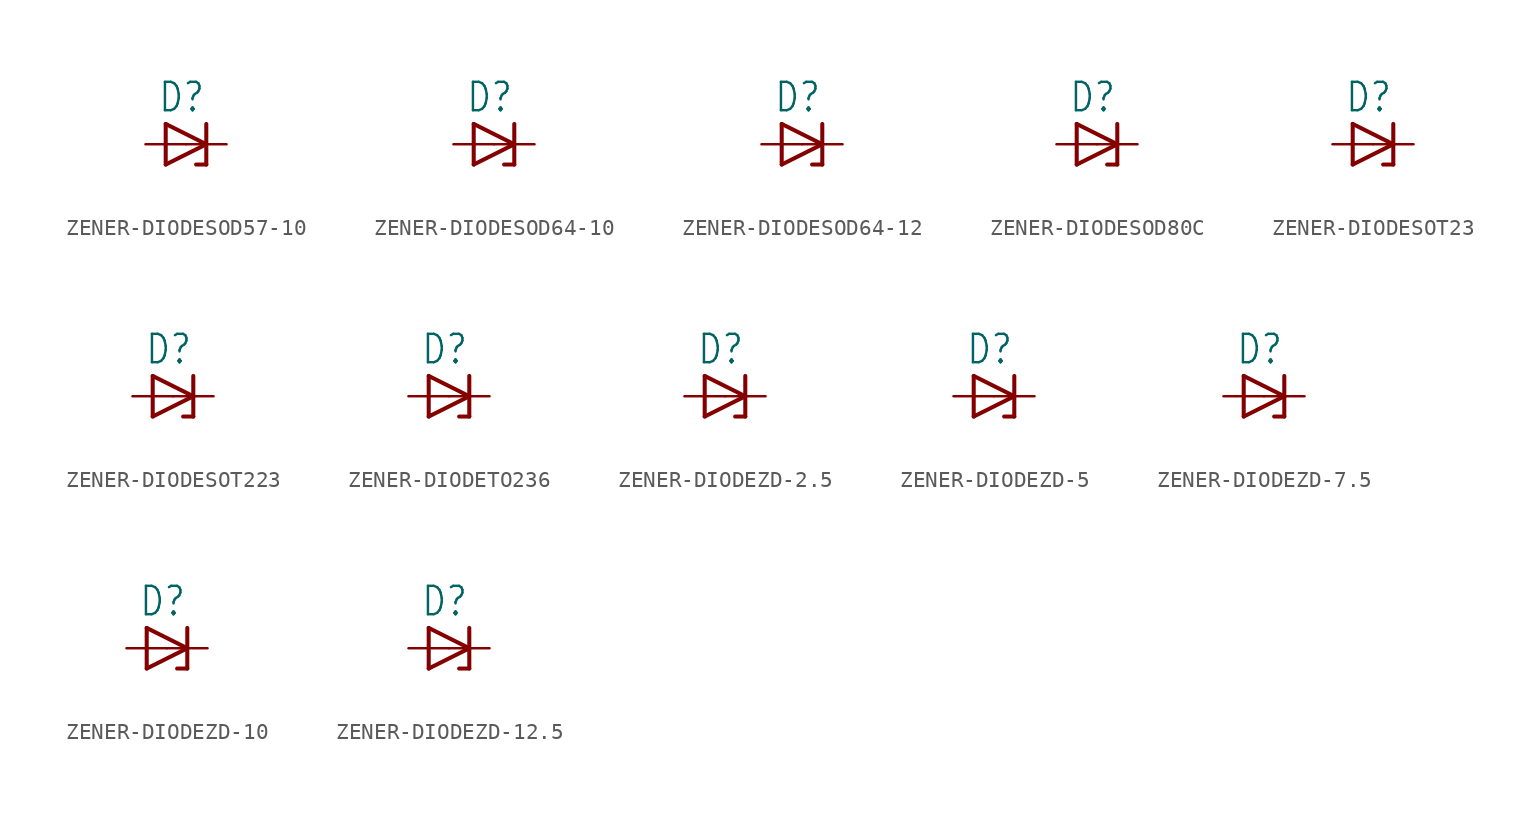
<source format=kicad_sym>
(kicad_symbol_lib
  (version 20241209)
  (generator "kicad_symbol_editor")
  (generator_version "9.0")
  (symbol "ZENER-DIODESOD57-10"
    (property "Reference" "D"
      (at -1.778 1.905 0)
      (effects (font (size 1.778 1.511)) (justify left bottom)))
    (property "Value" ""
      (at -1.778 -3.429 0)
      (effects (font (size 1.778 1.511)) (justify left bottom)))
    (property "ki_locked" ""
      (at 0 0 0)
      (effects (font (size 1.27 1.27))))
    (symbol "ZENER-DIODESOD57-10_1_0"
      (polyline (pts (xy -1.27 1.27) (xy -1.27 -1.27)) (stroke (width 0.254) (type solid)) (fill (type none)))
      (polyline (pts (xy -1.27 -1.27) (xy 1.27 0)) (stroke (width 0.254) (type solid)) (fill (type none)))
      (polyline (pts (xy 1.27 1.27) (xy 1.27 0)) (stroke (width 0.254) (type solid)) (fill (type none)))
      (polyline (pts (xy 1.27 0) (xy -1.27 1.27)) (stroke (width 0.254) (type solid)) (fill (type none)))
      (polyline (pts (xy 1.27 0) (xy 1.27 -1.27)) (stroke (width 0.254) (type solid)) (fill (type none)))
      (polyline (pts (xy 1.27 -1.27) (xy 0.635 -1.27)) (stroke (width 0.254) (type solid)) (fill (type none)))
      (pin passive line (at -2.54 0 0) (length 2.54) (name "A" (effects (font (size 0 0)))) (number "A" (effects (font (size 0 0)))))
      (pin passive line (at 2.54 0 180) (length 2.54) (name "C" (effects (font (size 0 0)))) (number "C" (effects (font (size 0 0)))))))
  (symbol "ZENER-DIODESOD64-10"
    (property "Reference" "D"
      (at -1.778 1.905 0)
      (effects (font (size 1.778 1.511)) (justify left bottom)))
    (property "Value" ""
      (at -1.778 -3.429 0)
      (effects (font (size 1.778 1.511)) (justify left bottom)))
    (property "ki_locked" ""
      (at 0 0 0)
      (effects (font (size 1.27 1.27))))
    (symbol "ZENER-DIODESOD64-10_1_0"
      (polyline (pts (xy -1.27 1.27) (xy -1.27 -1.27)) (stroke (width 0.254) (type solid)) (fill (type none)))
      (polyline (pts (xy -1.27 -1.27) (xy 1.27 0)) (stroke (width 0.254) (type solid)) (fill (type none)))
      (polyline (pts (xy 1.27 1.27) (xy 1.27 0)) (stroke (width 0.254) (type solid)) (fill (type none)))
      (polyline (pts (xy 1.27 0) (xy -1.27 1.27)) (stroke (width 0.254) (type solid)) (fill (type none)))
      (polyline (pts (xy 1.27 0) (xy 1.27 -1.27)) (stroke (width 0.254) (type solid)) (fill (type none)))
      (polyline (pts (xy 1.27 -1.27) (xy 0.635 -1.27)) (stroke (width 0.254) (type solid)) (fill (type none)))
      (pin passive line (at -2.54 0 0) (length 2.54) (name "A" (effects (font (size 0 0)))) (number "A" (effects (font (size 0 0)))))
      (pin passive line (at 2.54 0 180) (length 2.54) (name "C" (effects (font (size 0 0)))) (number "C" (effects (font (size 0 0)))))))
  (symbol "ZENER-DIODESOD64-12"
    (property "Reference" "D"
      (at -1.778 1.905 0)
      (effects (font (size 1.778 1.511)) (justify left bottom)))
    (property "Value" ""
      (at -1.778 -3.429 0)
      (effects (font (size 1.778 1.511)) (justify left bottom)))
    (property "ki_locked" ""
      (at 0 0 0)
      (effects (font (size 1.27 1.27))))
    (symbol "ZENER-DIODESOD64-12_1_0"
      (polyline (pts (xy -1.27 1.27) (xy -1.27 -1.27)) (stroke (width 0.254) (type solid)) (fill (type none)))
      (polyline (pts (xy -1.27 -1.27) (xy 1.27 0)) (stroke (width 0.254) (type solid)) (fill (type none)))
      (polyline (pts (xy 1.27 1.27) (xy 1.27 0)) (stroke (width 0.254) (type solid)) (fill (type none)))
      (polyline (pts (xy 1.27 0) (xy -1.27 1.27)) (stroke (width 0.254) (type solid)) (fill (type none)))
      (polyline (pts (xy 1.27 0) (xy 1.27 -1.27)) (stroke (width 0.254) (type solid)) (fill (type none)))
      (polyline (pts (xy 1.27 -1.27) (xy 0.635 -1.27)) (stroke (width 0.254) (type solid)) (fill (type none)))
      (pin passive line (at -2.54 0 0) (length 2.54) (name "A" (effects (font (size 0 0)))) (number "A" (effects (font (size 0 0)))))
      (pin passive line (at 2.54 0 180) (length 2.54) (name "C" (effects (font (size 0 0)))) (number "C" (effects (font (size 0 0)))))))
  (symbol "ZENER-DIODESOD80C"
    (property "Reference" "D"
      (at -1.778 1.905 0)
      (effects (font (size 1.778 1.511)) (justify left bottom)))
    (property "Value" ""
      (at -1.778 -3.429 0)
      (effects (font (size 1.778 1.511)) (justify left bottom)))
    (property "ki_locked" ""
      (at 0 0 0)
      (effects (font (size 1.27 1.27))))
    (symbol "ZENER-DIODESOD80C_1_0"
      (polyline (pts (xy -1.27 1.27) (xy -1.27 -1.27)) (stroke (width 0.254) (type solid)) (fill (type none)))
      (polyline (pts (xy -1.27 -1.27) (xy 1.27 0)) (stroke (width 0.254) (type solid)) (fill (type none)))
      (polyline (pts (xy 1.27 1.27) (xy 1.27 0)) (stroke (width 0.254) (type solid)) (fill (type none)))
      (polyline (pts (xy 1.27 0) (xy -1.27 1.27)) (stroke (width 0.254) (type solid)) (fill (type none)))
      (polyline (pts (xy 1.27 0) (xy 1.27 -1.27)) (stroke (width 0.254) (type solid)) (fill (type none)))
      (polyline (pts (xy 1.27 -1.27) (xy 0.635 -1.27)) (stroke (width 0.254) (type solid)) (fill (type none)))
      (pin passive line (at -2.54 0 0) (length 2.54) (name "A" (effects (font (size 0 0)))) (number "A" (effects (font (size 0 0)))))
      (pin passive line (at 2.54 0 180) (length 2.54) (name "C" (effects (font (size 0 0)))) (number "C" (effects (font (size 0 0)))))))
  (symbol "ZENER-DIODESOT23"
    (property "Reference" "D"
      (at -1.778 1.905 0)
      (effects (font (size 1.778 1.511)) (justify left bottom)))
    (property "Value" ""
      (at -1.778 -3.429 0)
      (effects (font (size 1.778 1.511)) (justify left bottom)))
    (property "ki_locked" ""
      (at 0 0 0)
      (effects (font (size 1.27 1.27))))
    (symbol "ZENER-DIODESOT23_1_0"
      (polyline (pts (xy -1.27 1.27) (xy -1.27 -1.27)) (stroke (width 0.254) (type solid)) (fill (type none)))
      (polyline (pts (xy -1.27 -1.27) (xy 1.27 0)) (stroke (width 0.254) (type solid)) (fill (type none)))
      (polyline (pts (xy 1.27 1.27) (xy 1.27 0)) (stroke (width 0.254) (type solid)) (fill (type none)))
      (polyline (pts (xy 1.27 0) (xy -1.27 1.27)) (stroke (width 0.254) (type solid)) (fill (type none)))
      (polyline (pts (xy 1.27 0) (xy 1.27 -1.27)) (stroke (width 0.254) (type solid)) (fill (type none)))
      (polyline (pts (xy 1.27 -1.27) (xy 0.635 -1.27)) (stroke (width 0.254) (type solid)) (fill (type none)))
      (pin passive line (at -2.54 0 0) (length 2.54) (name "A" (effects (font (size 0 0)))) (number "1" (effects (font (size 0 0)))))
      (pin passive line (at 2.54 0 180) (length 2.54) (name "C" (effects (font (size 0 0)))) (number "3" (effects (font (size 0 0)))))))
  (symbol "ZENER-DIODESOT223"
    (property "Reference" "D"
      (at -1.778 1.905 0)
      (effects (font (size 1.778 1.511)) (justify left bottom)))
    (property "Value" ""
      (at -1.778 -3.429 0)
      (effects (font (size 1.778 1.511)) (justify left bottom)))
    (property "ki_locked" ""
      (at 0 0 0)
      (effects (font (size 1.27 1.27))))
    (symbol "ZENER-DIODESOT223_1_0"
      (polyline (pts (xy -1.27 1.27) (xy -1.27 -1.27)) (stroke (width 0.254) (type solid)) (fill (type none)))
      (polyline (pts (xy -1.27 -1.27) (xy 1.27 0)) (stroke (width 0.254) (type solid)) (fill (type none)))
      (polyline (pts (xy 1.27 1.27) (xy 1.27 0)) (stroke (width 0.254) (type solid)) (fill (type none)))
      (polyline (pts (xy 1.27 0) (xy -1.27 1.27)) (stroke (width 0.254) (type solid)) (fill (type none)))
      (polyline (pts (xy 1.27 0) (xy 1.27 -1.27)) (stroke (width 0.254) (type solid)) (fill (type none)))
      (polyline (pts (xy 1.27 -1.27) (xy 0.635 -1.27)) (stroke (width 0.254) (type solid)) (fill (type none)))
      (pin passive line (at -2.54 0 0) (length 2.54) (name "A" (effects (font (size 0 0)))) (number "1" (effects (font (size 0 0)))))
      (pin passive line (at 2.54 0 180) (length 2.54) (name "C" (effects (font (size 0 0)))) (number "4" (effects (font (size 0 0)))))))
  (symbol "ZENER-DIODETO236"
    (property "Reference" "D"
      (at -1.778 1.905 0)
      (effects (font (size 1.778 1.511)) (justify left bottom)))
    (property "Value" ""
      (at -1.778 -3.429 0)
      (effects (font (size 1.778 1.511)) (justify left bottom)))
    (property "ki_locked" ""
      (at 0 0 0)
      (effects (font (size 1.27 1.27))))
    (symbol "ZENER-DIODETO236_1_0"
      (polyline (pts (xy -1.27 1.27) (xy -1.27 -1.27)) (stroke (width 0.254) (type solid)) (fill (type none)))
      (polyline (pts (xy -1.27 -1.27) (xy 1.27 0)) (stroke (width 0.254) (type solid)) (fill (type none)))
      (polyline (pts (xy 1.27 1.27) (xy 1.27 0)) (stroke (width 0.254) (type solid)) (fill (type none)))
      (polyline (pts (xy 1.27 0) (xy -1.27 1.27)) (stroke (width 0.254) (type solid)) (fill (type none)))
      (polyline (pts (xy 1.27 0) (xy 1.27 -1.27)) (stroke (width 0.254) (type solid)) (fill (type none)))
      (polyline (pts (xy 1.27 -1.27) (xy 0.635 -1.27)) (stroke (width 0.254) (type solid)) (fill (type none)))
      (pin passive line (at -2.54 0 0) (length 2.54) (name "A" (effects (font (size 0 0)))) (number "A" (effects (font (size 0 0)))))
      (pin passive line (at 2.54 0 180) (length 2.54) (name "C" (effects (font (size 0 0)))) (number "C" (effects (font (size 0 0)))))))
  (symbol "ZENER-DIODEZD-2.5"
    (property "Reference" "D"
      (at -1.778 1.905 0)
      (effects (font (size 1.778 1.511)) (justify left bottom)))
    (property "Value" ""
      (at -1.778 -3.429 0)
      (effects (font (size 1.778 1.511)) (justify left bottom)))
    (property "ki_locked" ""
      (at 0 0 0)
      (effects (font (size 1.27 1.27))))
    (symbol "ZENER-DIODEZD-2.5_1_0"
      (polyline (pts (xy -1.27 1.27) (xy -1.27 -1.27)) (stroke (width 0.254) (type solid)) (fill (type none)))
      (polyline (pts (xy -1.27 -1.27) (xy 1.27 0)) (stroke (width 0.254) (type solid)) (fill (type none)))
      (polyline (pts (xy 1.27 1.27) (xy 1.27 0)) (stroke (width 0.254) (type solid)) (fill (type none)))
      (polyline (pts (xy 1.27 0) (xy -1.27 1.27)) (stroke (width 0.254) (type solid)) (fill (type none)))
      (polyline (pts (xy 1.27 0) (xy 1.27 -1.27)) (stroke (width 0.254) (type solid)) (fill (type none)))
      (polyline (pts (xy 1.27 -1.27) (xy 0.635 -1.27)) (stroke (width 0.254) (type solid)) (fill (type none)))
      (pin passive line (at -2.54 0 0) (length 2.54) (name "A" (effects (font (size 0 0)))) (number "A" (effects (font (size 0 0)))))
      (pin passive line (at 2.54 0 180) (length 2.54) (name "C" (effects (font (size 0 0)))) (number "C" (effects (font (size 0 0)))))))
  (symbol "ZENER-DIODEZD-5"
    (property "Reference" "D"
      (at -1.778 1.905 0)
      (effects (font (size 1.778 1.511)) (justify left bottom)))
    (property "Value" ""
      (at -1.778 -3.429 0)
      (effects (font (size 1.778 1.511)) (justify left bottom)))
    (property "ki_locked" ""
      (at 0 0 0)
      (effects (font (size 1.27 1.27))))
    (symbol "ZENER-DIODEZD-5_1_0"
      (polyline (pts (xy -1.27 1.27) (xy -1.27 -1.27)) (stroke (width 0.254) (type solid)) (fill (type none)))
      (polyline (pts (xy -1.27 -1.27) (xy 1.27 0)) (stroke (width 0.254) (type solid)) (fill (type none)))
      (polyline (pts (xy 1.27 1.27) (xy 1.27 0)) (stroke (width 0.254) (type solid)) (fill (type none)))
      (polyline (pts (xy 1.27 0) (xy -1.27 1.27)) (stroke (width 0.254) (type solid)) (fill (type none)))
      (polyline (pts (xy 1.27 0) (xy 1.27 -1.27)) (stroke (width 0.254) (type solid)) (fill (type none)))
      (polyline (pts (xy 1.27 -1.27) (xy 0.635 -1.27)) (stroke (width 0.254) (type solid)) (fill (type none)))
      (pin passive line (at -2.54 0 0) (length 2.54) (name "A" (effects (font (size 0 0)))) (number "A" (effects (font (size 0 0)))))
      (pin passive line (at 2.54 0 180) (length 2.54) (name "C" (effects (font (size 0 0)))) (number "C" (effects (font (size 0 0)))))))
  (symbol "ZENER-DIODEZD-7.5"
    (property "Reference" "D"
      (at -1.778 1.905 0)
      (effects (font (size 1.778 1.511)) (justify left bottom)))
    (property "Value" ""
      (at -1.778 -3.429 0)
      (effects (font (size 1.778 1.511)) (justify left bottom)))
    (property "ki_locked" ""
      (at 0 0 0)
      (effects (font (size 1.27 1.27))))
    (symbol "ZENER-DIODEZD-7.5_1_0"
      (polyline (pts (xy -1.27 1.27) (xy -1.27 -1.27)) (stroke (width 0.254) (type solid)) (fill (type none)))
      (polyline (pts (xy -1.27 -1.27) (xy 1.27 0)) (stroke (width 0.254) (type solid)) (fill (type none)))
      (polyline (pts (xy 1.27 1.27) (xy 1.27 0)) (stroke (width 0.254) (type solid)) (fill (type none)))
      (polyline (pts (xy 1.27 0) (xy -1.27 1.27)) (stroke (width 0.254) (type solid)) (fill (type none)))
      (polyline (pts (xy 1.27 0) (xy 1.27 -1.27)) (stroke (width 0.254) (type solid)) (fill (type none)))
      (polyline (pts (xy 1.27 -1.27) (xy 0.635 -1.27)) (stroke (width 0.254) (type solid)) (fill (type none)))
      (pin passive line (at -2.54 0 0) (length 2.54) (name "A" (effects (font (size 0 0)))) (number "A" (effects (font (size 0 0)))))
      (pin passive line (at 2.54 0 180) (length 2.54) (name "C" (effects (font (size 0 0)))) (number "C" (effects (font (size 0 0)))))))
  (symbol "ZENER-DIODEZD-10"
    (property "Reference" "D"
      (at -1.778 1.905 0)
      (effects (font (size 1.778 1.511)) (justify left bottom)))
    (property "Value" ""
      (at -1.778 -3.429 0)
      (effects (font (size 1.778 1.511)) (justify left bottom)))
    (property "ki_locked" ""
      (at 0 0 0)
      (effects (font (size 1.27 1.27))))
    (symbol "ZENER-DIODEZD-10_1_0"
      (polyline (pts (xy -1.27 1.27) (xy -1.27 -1.27)) (stroke (width 0.254) (type solid)) (fill (type none)))
      (polyline (pts (xy -1.27 -1.27) (xy 1.27 0)) (stroke (width 0.254) (type solid)) (fill (type none)))
      (polyline (pts (xy 1.27 1.27) (xy 1.27 0)) (stroke (width 0.254) (type solid)) (fill (type none)))
      (polyline (pts (xy 1.27 0) (xy -1.27 1.27)) (stroke (width 0.254) (type solid)) (fill (type none)))
      (polyline (pts (xy 1.27 0) (xy 1.27 -1.27)) (stroke (width 0.254) (type solid)) (fill (type none)))
      (polyline (pts (xy 1.27 -1.27) (xy 0.635 -1.27)) (stroke (width 0.254) (type solid)) (fill (type none)))
      (pin passive line (at -2.54 0 0) (length 2.54) (name "A" (effects (font (size 0 0)))) (number "A" (effects (font (size 0 0)))))
      (pin passive line (at 2.54 0 180) (length 2.54) (name "C" (effects (font (size 0 0)))) (number "C" (effects (font (size 0 0)))))))
  (symbol "ZENER-DIODEZD-12.5"
    (property "Reference" "D"
      (at -1.778 1.905 0)
      (effects (font (size 1.778 1.511)) (justify left bottom)))
    (property "Value" ""
      (at -1.778 -3.429 0)
      (effects (font (size 1.778 1.511)) (justify left bottom)))
    (property "ki_locked" ""
      (at 0 0 0)
      (effects (font (size 1.27 1.27))))
    (symbol "ZENER-DIODEZD-12.5_1_0"
      (polyline (pts (xy -1.27 1.27) (xy -1.27 -1.27)) (stroke (width 0.254) (type solid)) (fill (type none)))
      (polyline (pts (xy -1.27 -1.27) (xy 1.27 0)) (stroke (width 0.254) (type solid)) (fill (type none)))
      (polyline (pts (xy 1.27 1.27) (xy 1.27 0)) (stroke (width 0.254) (type solid)) (fill (type none)))
      (polyline (pts (xy 1.27 0) (xy -1.27 1.27)) (stroke (width 0.254) (type solid)) (fill (type none)))
      (polyline (pts (xy 1.27 0) (xy 1.27 -1.27)) (stroke (width 0.254) (type solid)) (fill (type none)))
      (polyline (pts (xy 1.27 -1.27) (xy 0.635 -1.27)) (stroke (width 0.254) (type solid)) (fill (type none)))
      (pin passive line (at -2.54 0 0) (length 2.54) (name "A" (effects (font (size 0 0)))) (number "A" (effects (font (size 0 0)))))
      (pin passive line (at 2.54 0 180) (length 2.54) (name "C" (effects (font (size 0 0)))) (number "C" (effects (font (size 0 0))))))))
</source>
